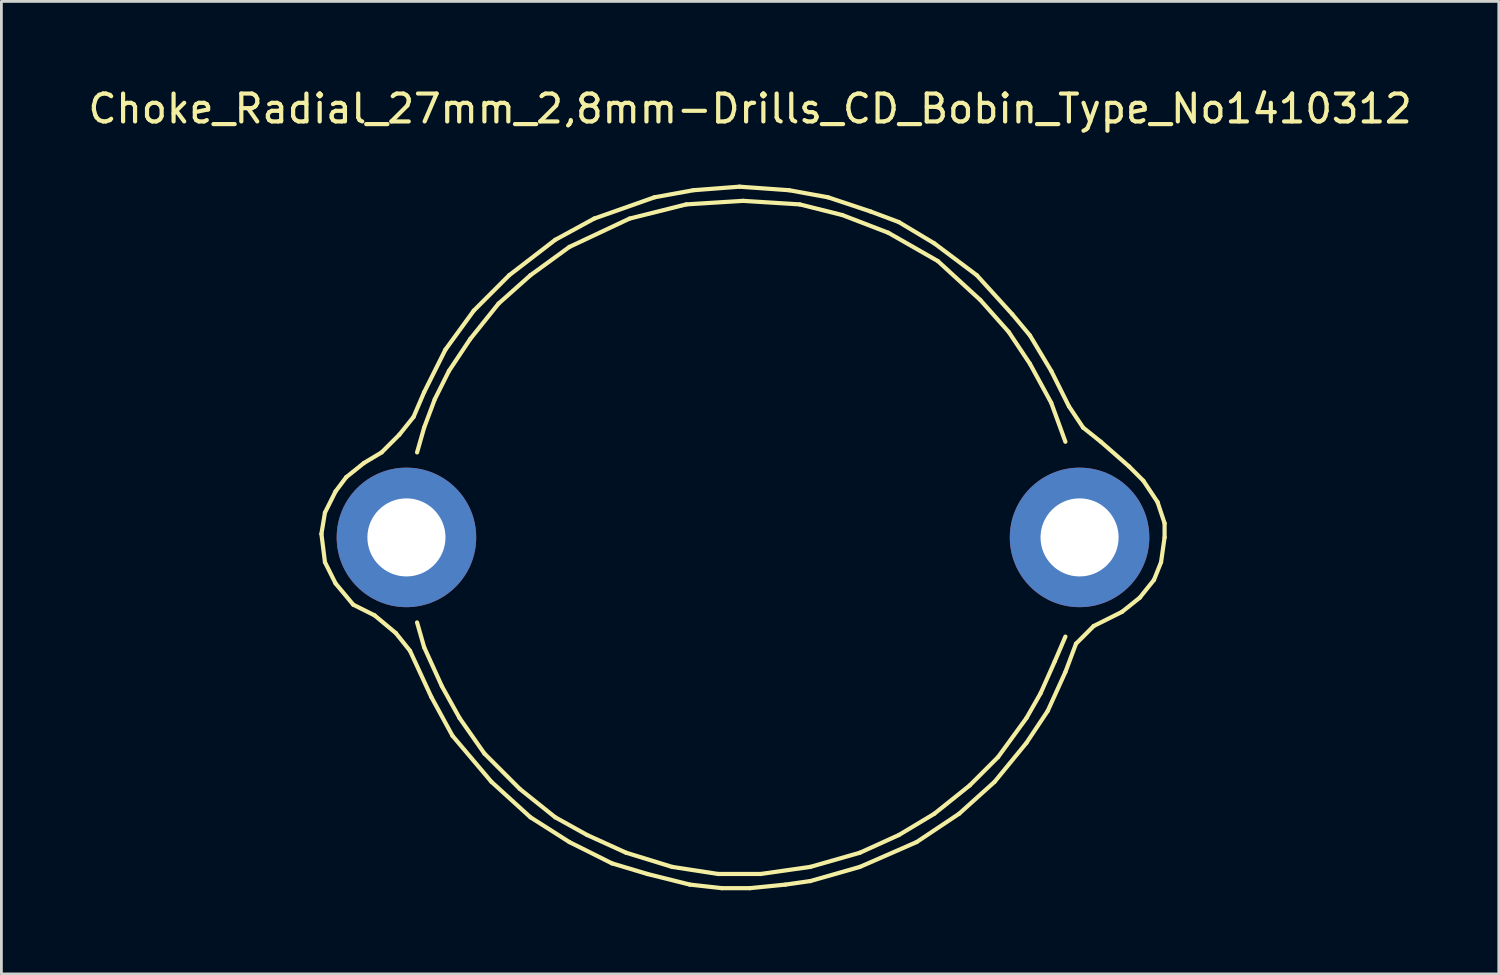
<source format=kicad_pcb>
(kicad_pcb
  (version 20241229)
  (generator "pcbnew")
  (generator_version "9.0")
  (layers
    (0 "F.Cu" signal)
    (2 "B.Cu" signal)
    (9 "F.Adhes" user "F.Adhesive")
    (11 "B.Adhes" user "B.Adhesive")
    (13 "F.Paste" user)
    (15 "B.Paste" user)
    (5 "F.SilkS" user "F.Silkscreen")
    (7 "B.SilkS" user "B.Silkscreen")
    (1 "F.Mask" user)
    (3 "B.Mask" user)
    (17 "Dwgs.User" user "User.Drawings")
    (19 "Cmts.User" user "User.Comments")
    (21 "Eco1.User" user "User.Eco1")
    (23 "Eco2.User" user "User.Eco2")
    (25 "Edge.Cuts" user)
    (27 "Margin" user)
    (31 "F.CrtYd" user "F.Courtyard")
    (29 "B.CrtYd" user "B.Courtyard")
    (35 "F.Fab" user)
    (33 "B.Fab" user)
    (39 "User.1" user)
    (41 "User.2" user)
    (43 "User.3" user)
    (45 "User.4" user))
  (footprint "Choke_Radial_27mm_2,8mm-Drills_CD_Bobin_Type_No1410312"
    (layer "F.Cu")
    (at 23.585 16.215)
    (property "Reference" "Choke_Radial_27mm_2,8mm-Drills_CD_Bobin_Type_No1410312" (at 0.254 -15.367 0) (layer "F.SilkS") (effects (font (size 1 1) (thickness 0.15))))
    (attr through_hole)
    (fp_line (start -15.113 -0.127) (end -14.986 -0.889) (stroke (width 0.15) (type solid)) (layer "F.SilkS"))
    (fp_line (start -14.986 -0.889) (end -14.605 -1.651) (stroke (width 0.15) (type solid)) (layer "F.SilkS"))
    (fp_line (start -14.986 0.889) (end -15.113 -0.127) (stroke (width 0.15) (type solid)) (layer "F.SilkS"))
    (fp_line (start -14.605 -1.651) (end -14.224 -2.159) (stroke (width 0.15) (type solid)) (layer "F.SilkS"))
    (fp_line (start -14.605 1.651) (end -14.986 0.889) (stroke (width 0.15) (type solid)) (layer "F.SilkS"))
    (fp_line (start -14.224 -2.159) (end -13.589 -2.667) (stroke (width 0.15) (type solid)) (layer "F.SilkS"))
    (fp_line (start -13.97 2.413) (end -14.605 1.651) (stroke (width 0.15) (type solid)) (layer "F.SilkS"))
    (fp_line (start -13.589 -2.667) (end -12.954 -3.048) (stroke (width 0.15) (type solid)) (layer "F.SilkS"))
    (fp_line (start -13.208 2.794) (end -13.97 2.413) (stroke (width 0.15) (type solid)) (layer "F.SilkS"))
    (fp_line (start -12.954 -3.048) (end -12.319 -3.683) (stroke (width 0.15) (type solid)) (layer "F.SilkS"))
    (fp_line (start -12.446 3.429) (end -13.208 2.794) (stroke (width 0.15) (type solid)) (layer "F.SilkS"))
    (fp_line (start -12.319 -3.683) (end -11.811 -4.318) (stroke (width 0.15) (type solid)) (layer "F.SilkS"))
    (fp_line (start -11.938 4.064) (end -12.446 3.429) (stroke (width 0.15) (type solid)) (layer "F.SilkS"))
    (fp_line (start -11.811 -4.318) (end -11.43 -5.207) (stroke (width 0.15) (type solid)) (layer "F.SilkS"))
    (fp_line (start -11.684 -3.048) (end -11.43 -3.937) (stroke (width 0.15) (type solid)) (layer "F.SilkS"))
    (fp_line (start -11.43 -5.207) (end -10.668 -6.731) (stroke (width 0.15) (type solid)) (layer "F.SilkS"))
    (fp_line (start -11.43 -3.937) (end -11.049 -4.953) (stroke (width 0.15) (type solid)) (layer "F.SilkS"))
    (fp_line (start -11.43 3.937) (end -11.684 3.048) (stroke (width 0.15) (type solid)) (layer "F.SilkS"))
    (fp_line (start -11.176 5.715) (end -11.938 4.064) (stroke (width 0.15) (type solid)) (layer "F.SilkS"))
    (fp_line (start -11.049 -4.953) (end -10.541 -5.969) (stroke (width 0.15) (type solid)) (layer "F.SilkS"))
    (fp_line (start -10.795 5.334) (end -11.43 3.937) (stroke (width 0.15) (type solid)) (layer "F.SilkS"))
    (fp_line (start -10.668 -6.731) (end -9.652 -8.128) (stroke (width 0.15) (type solid)) (layer "F.SilkS"))
    (fp_line (start -10.541 -5.969) (end -9.779 -7.112) (stroke (width 0.15) (type solid)) (layer "F.SilkS"))
    (fp_line (start -10.414 7.112) (end -11.176 5.715) (stroke (width 0.15) (type solid)) (layer "F.SilkS"))
    (fp_line (start -10.16 6.477) (end -10.795 5.334) (stroke (width 0.15) (type solid)) (layer "F.SilkS"))
    (fp_line (start -9.779 -7.112) (end -8.763 -8.382) (stroke (width 0.15) (type solid)) (layer "F.SilkS"))
    (fp_line (start -9.652 -8.128) (end -8.382 -9.398) (stroke (width 0.15) (type solid)) (layer "F.SilkS"))
    (fp_line (start -9.271 7.747) (end -10.16 6.477) (stroke (width 0.15) (type solid)) (layer "F.SilkS"))
    (fp_line (start -9.017 8.763) (end -10.414 7.112) (stroke (width 0.15) (type solid)) (layer "F.SilkS"))
    (fp_line (start -8.763 -8.382) (end -7.62 -9.398) (stroke (width 0.15) (type solid)) (layer "F.SilkS"))
    (fp_line (start -8.382 -9.398) (end -6.731 -10.668) (stroke (width 0.15) (type solid)) (layer "F.SilkS"))
    (fp_line (start -8.001 9.017) (end -9.271 7.747) (stroke (width 0.15) (type solid)) (layer "F.SilkS"))
    (fp_line (start -7.62 -9.398) (end -6.223 -10.414) (stroke (width 0.15) (type solid)) (layer "F.SilkS"))
    (fp_line (start -7.62 10.033) (end -9.017 8.763) (stroke (width 0.15) (type solid)) (layer "F.SilkS"))
    (fp_line (start -6.731 -10.668) (end -5.334 -11.43) (stroke (width 0.15) (type solid)) (layer "F.SilkS"))
    (fp_line (start -6.731 10.033) (end -8.001 9.017) (stroke (width 0.15) (type solid)) (layer "F.SilkS"))
    (fp_line (start -6.223 -10.414) (end -4.064 -11.43) (stroke (width 0.15) (type solid)) (layer "F.SilkS"))
    (fp_line (start -6.223 10.922) (end -7.62 10.033) (stroke (width 0.15) (type solid)) (layer "F.SilkS"))
    (fp_line (start -5.588 10.668) (end -6.731 10.033) (stroke (width 0.15) (type solid)) (layer "F.SilkS"))
    (fp_line (start -5.334 -11.43) (end -3.175 -12.192) (stroke (width 0.15) (type solid)) (layer "F.SilkS"))
    (fp_line (start -4.699 11.684) (end -6.223 10.922) (stroke (width 0.15) (type solid)) (layer "F.SilkS"))
    (fp_line (start -4.191 11.303) (end -5.588 10.668) (stroke (width 0.15) (type solid)) (layer "F.SilkS"))
    (fp_line (start -4.064 -11.43) (end -2.032 -11.938) (stroke (width 0.15) (type solid)) (layer "F.SilkS"))
    (fp_line (start -3.429 12.065) (end -4.699 11.684) (stroke (width 0.15) (type solid)) (layer "F.SilkS"))
    (fp_line (start -3.175 -12.192) (end -1.778 -12.446) (stroke (width 0.15) (type solid)) (layer "F.SilkS"))
    (fp_line (start -2.54 11.811) (end -4.191 11.303) (stroke (width 0.15) (type solid)) (layer "F.SilkS"))
    (fp_line (start -2.032 -11.938) (end 0 -12.065) (stroke (width 0.15) (type solid)) (layer "F.SilkS"))
    (fp_line (start -1.905 12.446) (end -3.429 12.065) (stroke (width 0.15) (type solid)) (layer "F.SilkS"))
    (fp_line (start -1.778 -12.446) (end -0.127 -12.573) (stroke (width 0.15) (type solid)) (layer "F.SilkS"))
    (fp_line (start -0.889 12.065) (end -2.54 11.811) (stroke (width 0.15) (type solid)) (layer "F.SilkS"))
    (fp_line (start -0.762 12.573) (end -1.905 12.446) (stroke (width 0.15) (type solid)) (layer "F.SilkS"))
    (fp_line (start -0.127 -12.573) (end 1.651 -12.446) (stroke (width 0.15) (type solid)) (layer "F.SilkS"))
    (fp_line (start 0 -12.065) (end 2.032 -11.938) (stroke (width 0.15) (type solid)) (layer "F.SilkS"))
    (fp_line (start 0.254 12.573) (end -0.762 12.573) (stroke (width 0.15) (type solid)) (layer "F.SilkS"))
    (fp_line (start 0.635 12.065) (end -0.889 12.065) (stroke (width 0.15) (type solid)) (layer "F.SilkS"))
    (fp_line (start 1.524 12.446) (end 0.254 12.573) (stroke (width 0.15) (type solid)) (layer "F.SilkS"))
    (fp_line (start 1.651 -12.446) (end 3.048 -12.192) (stroke (width 0.15) (type solid)) (layer "F.SilkS"))
    (fp_line (start 2.032 -11.938) (end 3.556 -11.557) (stroke (width 0.15) (type solid)) (layer "F.SilkS"))
    (fp_line (start 2.413 11.811) (end 0.635 12.065) (stroke (width 0.15) (type solid)) (layer "F.SilkS"))
    (fp_line (start 2.413 12.319) (end 1.524 12.446) (stroke (width 0.15) (type solid)) (layer "F.SilkS"))
    (fp_line (start 3.048 -12.192) (end 4.572 -11.684) (stroke (width 0.15) (type solid)) (layer "F.SilkS"))
    (fp_line (start 3.556 -11.557) (end 5.207 -10.922) (stroke (width 0.15) (type solid)) (layer "F.SilkS"))
    (fp_line (start 4.191 11.303) (end 2.413 11.811) (stroke (width 0.15) (type solid)) (layer "F.SilkS"))
    (fp_line (start 4.191 11.811) (end 2.413 12.319) (stroke (width 0.15) (type solid)) (layer "F.SilkS"))
    (fp_line (start 4.572 -11.684) (end 5.588 -11.303) (stroke (width 0.15) (type solid)) (layer "F.SilkS"))
    (fp_line (start 5.207 -10.922) (end 6.985 -9.906) (stroke (width 0.15) (type solid)) (layer "F.SilkS"))
    (fp_line (start 5.588 -11.303) (end 6.858 -10.541) (stroke (width 0.15) (type solid)) (layer "F.SilkS"))
    (fp_line (start 5.588 10.668) (end 4.191 11.303) (stroke (width 0.15) (type solid)) (layer "F.SilkS"))
    (fp_line (start 6.223 10.922) (end 4.191 11.811) (stroke (width 0.15) (type solid)) (layer "F.SilkS"))
    (fp_line (start 6.858 -10.541) (end 8.382 -9.398) (stroke (width 0.15) (type solid)) (layer "F.SilkS"))
    (fp_line (start 6.858 9.906) (end 5.588 10.668) (stroke (width 0.15) (type solid)) (layer "F.SilkS"))
    (fp_line (start 6.985 -9.906) (end 8.509 -8.509) (stroke (width 0.15) (type solid)) (layer "F.SilkS"))
    (fp_line (start 7.747 9.906) (end 6.223 10.922) (stroke (width 0.15) (type solid)) (layer "F.SilkS"))
    (fp_line (start 8.128 8.89) (end 6.858 9.906) (stroke (width 0.15) (type solid)) (layer "F.SilkS"))
    (fp_line (start 8.382 -9.398) (end 9.652 -8.001) (stroke (width 0.15) (type solid)) (layer "F.SilkS"))
    (fp_line (start 8.509 -8.509) (end 9.525 -7.366) (stroke (width 0.15) (type solid)) (layer "F.SilkS"))
    (fp_line (start 9.017 8.763) (end 7.747 9.906) (stroke (width 0.15) (type solid)) (layer "F.SilkS"))
    (fp_line (start 9.144 7.874) (end 8.128 8.89) (stroke (width 0.15) (type solid)) (layer "F.SilkS"))
    (fp_line (start 9.525 -7.366) (end 10.287 -6.223) (stroke (width 0.15) (type solid)) (layer "F.SilkS"))
    (fp_line (start 9.652 -8.001) (end 10.287 -7.239) (stroke (width 0.15) (type solid)) (layer "F.SilkS"))
    (fp_line (start 10.16 6.477) (end 9.144 7.874) (stroke (width 0.15) (type solid)) (layer "F.SilkS"))
    (fp_line (start 10.16 7.366) (end 9.017 8.763) (stroke (width 0.15) (type solid)) (layer "F.SilkS"))
    (fp_line (start 10.287 -7.239) (end 11.049 -5.969) (stroke (width 0.15) (type solid)) (layer "F.SilkS"))
    (fp_line (start 10.287 -6.223) (end 11.049 -4.826) (stroke (width 0.15) (type solid)) (layer "F.SilkS"))
    (fp_line (start 10.668 5.588) (end 10.16 6.477) (stroke (width 0.15) (type solid)) (layer "F.SilkS"))
    (fp_line (start 10.922 6.223) (end 10.16 7.366) (stroke (width 0.15) (type solid)) (layer "F.SilkS"))
    (fp_line (start 11.049 -5.969) (end 11.684 -4.699) (stroke (width 0.15) (type solid)) (layer "F.SilkS"))
    (fp_line (start 11.049 -4.826) (end 11.557 -3.429) (stroke (width 0.15) (type solid)) (layer "F.SilkS"))
    (fp_line (start 11.176 4.445) (end 10.668 5.588) (stroke (width 0.15) (type solid)) (layer "F.SilkS"))
    (fp_line (start 11.557 3.556) (end 11.176 4.445) (stroke (width 0.15) (type solid)) (layer "F.SilkS"))
    (fp_line (start 11.557 4.826) (end 10.922 6.223) (stroke (width 0.15) (type solid)) (layer "F.SilkS"))
    (fp_line (start 11.684 -4.699) (end 12.192 -3.937) (stroke (width 0.15) (type solid)) (layer "F.SilkS"))
    (fp_line (start 11.938 3.81) (end 11.557 4.826) (stroke (width 0.15) (type solid)) (layer "F.SilkS"))
    (fp_line (start 12.192 -3.937) (end 12.827 -3.429) (stroke (width 0.15) (type solid)) (layer "F.SilkS"))
    (fp_line (start 12.573 3.175) (end 11.938 3.81) (stroke (width 0.15) (type solid)) (layer "F.SilkS"))
    (fp_line (start 12.827 -3.429) (end 13.843 -2.54) (stroke (width 0.15) (type solid)) (layer "F.SilkS"))
    (fp_line (start 13.589 2.667) (end 12.573 3.175) (stroke (width 0.15) (type solid)) (layer "F.SilkS"))
    (fp_line (start 13.843 -2.54) (end 14.351 -2.032) (stroke (width 0.15) (type solid)) (layer "F.SilkS"))
    (fp_line (start 14.224 2.159) (end 13.589 2.667) (stroke (width 0.15) (type solid)) (layer "F.SilkS"))
    (fp_line (start 14.351 -2.032) (end 14.859 -1.27) (stroke (width 0.15) (type solid)) (layer "F.SilkS"))
    (fp_line (start 14.732 1.524) (end 14.224 2.159) (stroke (width 0.15) (type solid)) (layer "F.SilkS"))
    (fp_line (start 14.859 -1.27) (end 15.113 -0.508) (stroke (width 0.15) (type solid)) (layer "F.SilkS"))
    (fp_line (start 14.986 0.889) (end 14.732 1.524) (stroke (width 0.15) (type solid)) (layer "F.SilkS"))
    (fp_line (start 15.113 -0.508) (end 15.113 0) (stroke (width 0.15) (type solid)) (layer "F.SilkS"))
    (fp_line (start 15.113 0) (end 14.986 0.889) (stroke (width 0.15) (type solid)) (layer "F.SilkS"))
    (pad "1" thru_hole circle (at 12.065 0) (size 5.001 5.001) (drill 2.799) (layers "*.Cu" "*.Mask"))
    (pad "2" thru_hole circle (at -12.065 0) (size 5.001 5.001) (drill 2.799) (layers "*.Cu" "*.Mask")))
  (gr_rect
    (start -3 -3)
    (end 50.679 31.863)
    (stroke (width 0.1) (type default))
    (fill no)
    (layer "Edge.Cuts")))
</source>
